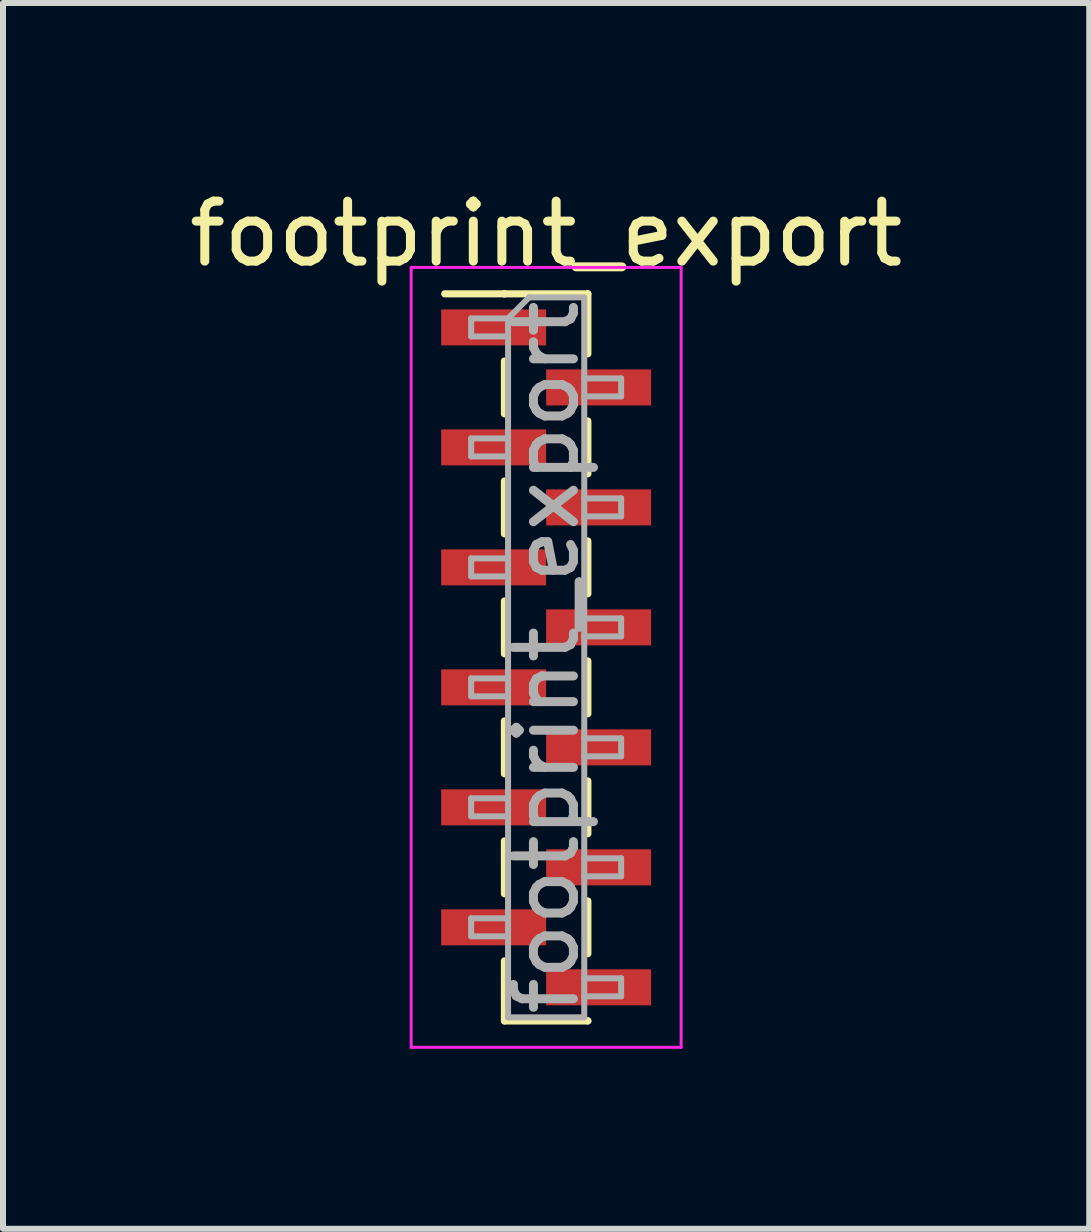
<source format=kicad_pcb>
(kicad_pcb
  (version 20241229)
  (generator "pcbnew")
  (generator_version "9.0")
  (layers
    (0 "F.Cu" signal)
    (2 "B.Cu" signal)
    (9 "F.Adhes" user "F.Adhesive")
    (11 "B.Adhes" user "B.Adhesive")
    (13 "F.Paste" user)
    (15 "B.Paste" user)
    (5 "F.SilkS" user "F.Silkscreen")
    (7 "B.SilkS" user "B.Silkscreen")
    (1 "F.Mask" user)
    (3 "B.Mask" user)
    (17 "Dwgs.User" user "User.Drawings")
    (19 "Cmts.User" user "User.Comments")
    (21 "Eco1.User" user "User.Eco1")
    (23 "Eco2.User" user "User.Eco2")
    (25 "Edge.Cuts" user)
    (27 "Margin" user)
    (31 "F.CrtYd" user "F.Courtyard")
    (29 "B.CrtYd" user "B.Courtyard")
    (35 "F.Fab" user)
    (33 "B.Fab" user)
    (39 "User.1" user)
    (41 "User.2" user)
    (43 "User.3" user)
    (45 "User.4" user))
  (footprint "footprint_export"
    (layer "F.Cu")
    (at 6.054 7.908)
    (property "Reference" "footprint_export" (at 0 -7.06 0) (layer "F.SilkS") (effects (font (size 1 1) (thickness 0.15))))
    (attr smd)
    (fp_line (start -0.695 -6.06) (end -1.69 -6.06) (stroke (width 0.12) (type solid)) (layer "F.SilkS"))
    (fp_line (start -0.695 -6.06) (end -0.695 -6.06) (stroke (width 0.12) (type solid)) (layer "F.SilkS"))
    (fp_line (start -0.695 -6.06) (end 0.695 -6.06) (stroke (width 0.12) (type solid)) (layer "F.SilkS"))
    (fp_line (start -0.695 -4.94) (end -0.695 -4.06) (stroke (width 0.12) (type solid)) (layer "F.SilkS"))
    (fp_line (start -0.695 -2.94) (end -0.695 -2.06) (stroke (width 0.12) (type solid)) (layer "F.SilkS"))
    (fp_line (start -0.695 -0.94) (end -0.695 -0.06) (stroke (width 0.12) (type solid)) (layer "F.SilkS"))
    (fp_line (start -0.695 1.06) (end -0.695 1.94) (stroke (width 0.12) (type solid)) (layer "F.SilkS"))
    (fp_line (start -0.695 3.06) (end -0.695 3.94) (stroke (width 0.12) (type solid)) (layer "F.SilkS"))
    (fp_line (start -0.695 5.06) (end -0.695 6.06) (stroke (width 0.12) (type solid)) (layer "F.SilkS"))
    (fp_line (start -0.695 6.06) (end 0.695 6.06) (stroke (width 0.12) (type solid)) (layer "F.SilkS"))
    (fp_line (start 0.695 -6.06) (end 0.695 -5.06) (stroke (width 0.12) (type solid)) (layer "F.SilkS"))
    (fp_line (start 0.695 -3.94) (end 0.695 -3.06) (stroke (width 0.12) (type solid)) (layer "F.SilkS"))
    (fp_line (start 0.695 -1.94) (end 0.695 -1.06) (stroke (width 0.12) (type solid)) (layer "F.SilkS"))
    (fp_line (start 0.695 0.06) (end 0.695 0.94) (stroke (width 0.12) (type solid)) (layer "F.SilkS"))
    (fp_line (start 0.695 2.06) (end 0.695 2.94) (stroke (width 0.12) (type solid)) (layer "F.SilkS"))
    (fp_line (start 0.695 4.06) (end 0.695 4.94) (stroke (width 0.12) (type solid)) (layer "F.SilkS"))
    (fp_line (start 0.695 6.06) (end 0.695 6.06) (stroke (width 0.12) (type solid)) (layer "F.SilkS"))
    (fp_line (start -2.25 -6.5) (end -2.25 6.5) (stroke (width 0.05) (type solid)) (layer "F.CrtYd"))
    (fp_line (start -2.25 6.5) (end 2.25 6.5) (stroke (width 0.05) (type solid)) (layer "F.CrtYd"))
    (fp_line (start 2.25 -6.5) (end -2.25 -6.5) (stroke (width 0.05) (type solid)) (layer "F.CrtYd"))
    (fp_line (start 2.25 6.5) (end 2.25 -6.5) (stroke (width 0.05) (type solid)) (layer "F.CrtYd"))
    (fp_line (start -1.25 -5.65) (end -1.25 -5.35) (stroke (width 0.1) (type solid)) (layer "F.Fab"))
    (fp_line (start -1.25 -5.35) (end -0.635 -5.35) (stroke (width 0.1) (type solid)) (layer "F.Fab"))
    (fp_line (start -1.25 -3.65) (end -1.25 -3.35) (stroke (width 0.1) (type solid)) (layer "F.Fab"))
    (fp_line (start -1.25 -3.35) (end -0.635 -3.35) (stroke (width 0.1) (type solid)) (layer "F.Fab"))
    (fp_line (start -1.25 -1.65) (end -1.25 -1.35) (stroke (width 0.1) (type solid)) (layer "F.Fab"))
    (fp_line (start -1.25 -1.35) (end -0.635 -1.35) (stroke (width 0.1) (type solid)) (layer "F.Fab"))
    (fp_line (start -1.25 0.35) (end -1.25 0.65) (stroke (width 0.1) (type solid)) (layer "F.Fab"))
    (fp_line (start -1.25 0.65) (end -0.635 0.65) (stroke (width 0.1) (type solid)) (layer "F.Fab"))
    (fp_line (start -1.25 2.35) (end -1.25 2.65) (stroke (width 0.1) (type solid)) (layer "F.Fab"))
    (fp_line (start -1.25 2.65) (end -0.635 2.65) (stroke (width 0.1) (type solid)) (layer "F.Fab"))
    (fp_line (start -1.25 4.35) (end -1.25 4.65) (stroke (width 0.1) (type solid)) (layer "F.Fab"))
    (fp_line (start -1.25 4.65) (end -0.635 4.65) (stroke (width 0.1) (type solid)) (layer "F.Fab"))
    (fp_line (start -0.635 -5.65) (end -1.25 -5.65) (stroke (width 0.1) (type solid)) (layer "F.Fab"))
    (fp_line (start -0.635 -5.65) (end -0.285 -6) (stroke (width 0.1) (type solid)) (layer "F.Fab"))
    (fp_line (start -0.635 -3.65) (end -1.25 -3.65) (stroke (width 0.1) (type solid)) (layer "F.Fab"))
    (fp_line (start -0.635 -1.65) (end -1.25 -1.65) (stroke (width 0.1) (type solid)) (layer "F.Fab"))
    (fp_line (start -0.635 0.35) (end -1.25 0.35) (stroke (width 0.1) (type solid)) (layer "F.Fab"))
    (fp_line (start -0.635 2.35) (end -1.25 2.35) (stroke (width 0.1) (type solid)) (layer "F.Fab"))
    (fp_line (start -0.635 4.35) (end -1.25 4.35) (stroke (width 0.1) (type solid)) (layer "F.Fab"))
    (fp_line (start -0.635 6) (end -0.635 -5.65) (stroke (width 0.1) (type solid)) (layer "F.Fab"))
    (fp_line (start -0.285 -6) (end 0.635 -6) (stroke (width 0.1) (type solid)) (layer "F.Fab"))
    (fp_line (start 0.635 -6) (end 0.635 6) (stroke (width 0.1) (type solid)) (layer "F.Fab"))
    (fp_line (start 0.635 -4.65) (end 1.25 -4.65) (stroke (width 0.1) (type solid)) (layer "F.Fab"))
    (fp_line (start 0.635 -2.65) (end 1.25 -2.65) (stroke (width 0.1) (type solid)) (layer "F.Fab"))
    (fp_line (start 0.635 -0.65) (end 1.25 -0.65) (stroke (width 0.1) (type solid)) (layer "F.Fab"))
    (fp_line (start 0.635 1.35) (end 1.25 1.35) (stroke (width 0.1) (type solid)) (layer "F.Fab"))
    (fp_line (start 0.635 3.35) (end 1.25 3.35) (stroke (width 0.1) (type solid)) (layer "F.Fab"))
    (fp_line (start 0.635 5.35) (end 1.25 5.35) (stroke (width 0.1) (type solid)) (layer "F.Fab"))
    (fp_line (start 0.635 6) (end -0.635 6) (stroke (width 0.1) (type solid)) (layer "F.Fab"))
    (fp_line (start 1.25 -4.65) (end 1.25 -4.35) (stroke (width 0.1) (type solid)) (layer "F.Fab"))
    (fp_line (start 1.25 -4.35) (end 0.635 -4.35) (stroke (width 0.1) (type solid)) (layer "F.Fab"))
    (fp_line (start 1.25 -2.65) (end 1.25 -2.35) (stroke (width 0.1) (type solid)) (layer "F.Fab"))
    (fp_line (start 1.25 -2.35) (end 0.635 -2.35) (stroke (width 0.1) (type solid)) (layer "F.Fab"))
    (fp_line (start 1.25 -0.65) (end 1.25 -0.35) (stroke (width 0.1) (type solid)) (layer "F.Fab"))
    (fp_line (start 1.25 -0.35) (end 0.635 -0.35) (stroke (width 0.1) (type solid)) (layer "F.Fab"))
    (fp_line (start 1.25 1.35) (end 1.25 1.65) (stroke (width 0.1) (type solid)) (layer "F.Fab"))
    (fp_line (start 1.25 1.65) (end 0.635 1.65) (stroke (width 0.1) (type solid)) (layer "F.Fab"))
    (fp_line (start 1.25 3.35) (end 1.25 3.65) (stroke (width 0.1) (type solid)) (layer "F.Fab"))
    (fp_line (start 1.25 3.65) (end 0.635 3.65) (stroke (width 0.1) (type solid)) (layer "F.Fab"))
    (fp_line (start 1.25 5.35) (end 1.25 5.65) (stroke (width 0.1) (type solid)) (layer "F.Fab"))
    (fp_line (start 1.25 5.65) (end 0.635 5.65) (stroke (width 0.1) (type solid)) (layer "F.Fab"))
    (fp_text user "${REFERENCE}" (at 0 0 90) (layer "F.Fab") (effects (font (size 1 1) (thickness 0.15))))
    (pad "1" smd rect (at -0.875 -5.5) (size 1.75 0.6) (layers "F.Cu" "F.Mask" "F.Paste"))
    (pad "2" smd rect (at 0.875 -4.5) (size 1.75 0.6) (layers "F.Cu" "F.Mask" "F.Paste"))
    (pad "3" smd rect (at -0.875 -3.5) (size 1.75 0.6) (layers "F.Cu" "F.Mask" "F.Paste"))
    (pad "4" smd rect (at 0.875 -2.5) (size 1.75 0.6) (layers "F.Cu" "F.Mask" "F.Paste"))
    (pad "5" smd rect (at -0.875 -1.5) (size 1.75 0.6) (layers "F.Cu" "F.Mask" "F.Paste"))
    (pad "6" smd rect (at 0.875 -0.5) (size 1.75 0.6) (layers "F.Cu" "F.Mask" "F.Paste"))
    (pad "7" smd rect (at -0.875 0.5) (size 1.75 0.6) (layers "F.Cu" "F.Mask" "F.Paste"))
    (pad "8" smd rect (at 0.875 1.5) (size 1.75 0.6) (layers "F.Cu" "F.Mask" "F.Paste"))
    (pad "9" smd rect (at -0.875 2.5) (size 1.75 0.6) (layers "F.Cu" "F.Mask" "F.Paste"))
    (pad "10" smd rect (at 0.875 3.5) (size 1.75 0.6) (layers "F.Cu" "F.Mask" "F.Paste"))
    (pad "11" smd rect (at -0.875 4.5) (size 1.75 0.6) (layers "F.Cu" "F.Mask" "F.Paste"))
    (pad "12" smd rect (at 0.875 5.5) (size 1.75 0.6) (layers "F.Cu" "F.Mask" "F.Paste")))
  (gr_rect
    (start -3 -3)
    (end 15.107 17.433)
    (stroke (width 0.1) (type default))
    (fill no)
    (layer "Edge.Cuts")))
</source>
